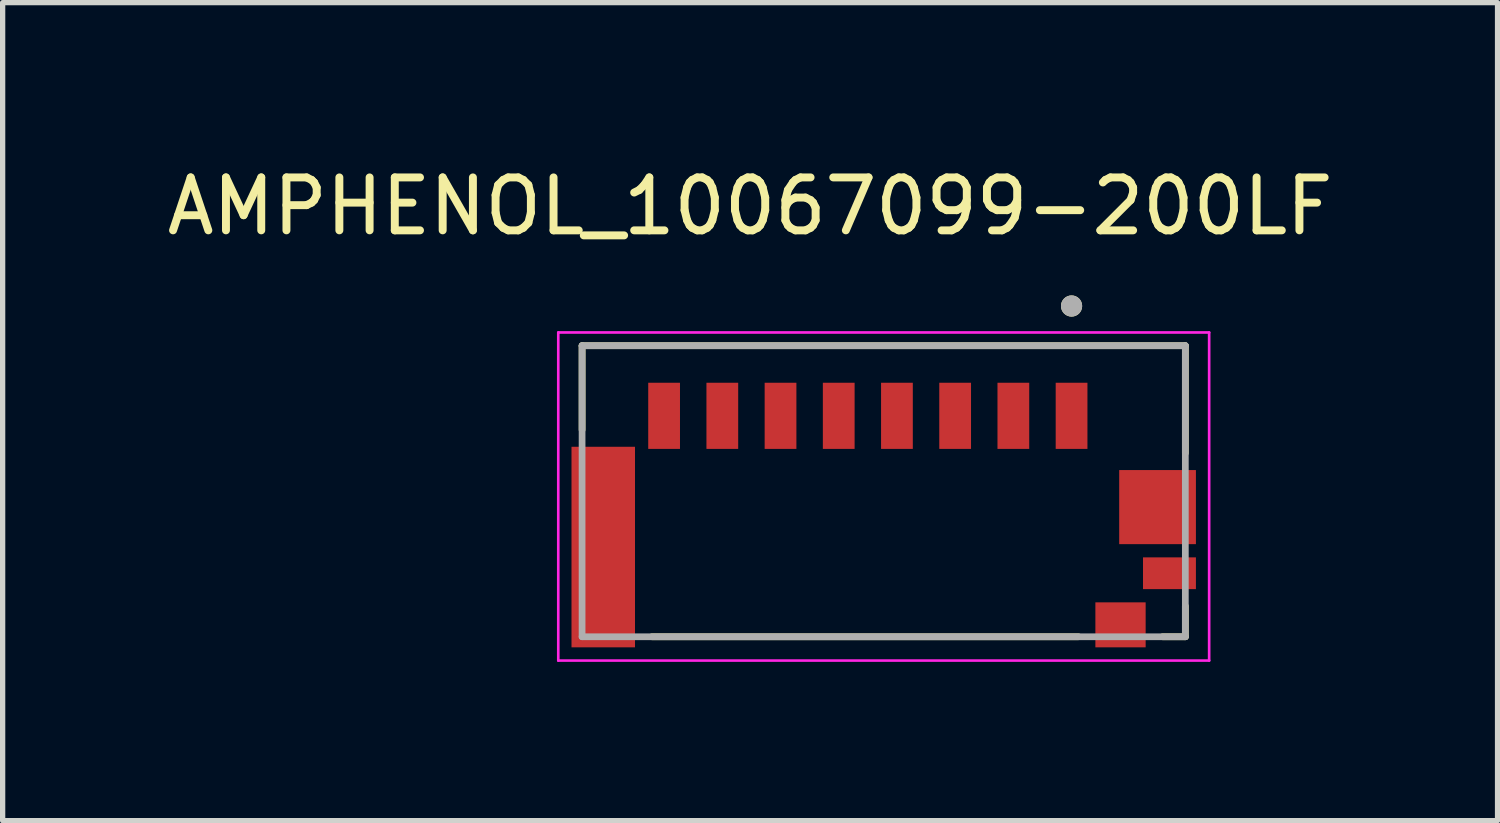
<source format=kicad_pcb>
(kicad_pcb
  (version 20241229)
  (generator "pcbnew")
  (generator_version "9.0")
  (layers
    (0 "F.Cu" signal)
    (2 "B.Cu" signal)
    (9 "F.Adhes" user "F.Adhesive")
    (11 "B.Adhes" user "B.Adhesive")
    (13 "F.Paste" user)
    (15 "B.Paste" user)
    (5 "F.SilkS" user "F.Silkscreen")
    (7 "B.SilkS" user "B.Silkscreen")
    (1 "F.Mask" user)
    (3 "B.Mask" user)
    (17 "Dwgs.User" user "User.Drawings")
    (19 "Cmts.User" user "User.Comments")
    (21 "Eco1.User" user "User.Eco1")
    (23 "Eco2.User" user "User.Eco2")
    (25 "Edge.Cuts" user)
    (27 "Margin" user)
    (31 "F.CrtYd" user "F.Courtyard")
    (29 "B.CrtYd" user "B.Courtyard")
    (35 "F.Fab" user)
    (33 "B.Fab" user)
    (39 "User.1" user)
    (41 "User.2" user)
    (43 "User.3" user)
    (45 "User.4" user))
  (footprint "AMPHENOL_10067099-200LF"
    (layer "F.Cu")
    (at 13.65 6.233)
    (property "Reference" "AMPHENOL_10067099-200LF" (at -2.525 -5.385 0) (layer "F.SilkS") (effects (font (size 1 1) (thickness 0.15))))
    (attr smd)
    (fp_line (start -5.7 -2.75) (end -5.7 -1.16) (stroke (width 0.127) (type solid)) (layer "F.SilkS"))
    (fp_line (start -5.7 -2.75) (end 5.7 -2.75) (stroke (width 0.127) (type solid)) (layer "F.SilkS"))
    (fp_line (start -4.38 2.75) (end 3.68 2.75) (stroke (width 0.127) (type solid)) (layer "F.SilkS"))
    (fp_line (start 5.27 2.75) (end 5.7 2.75) (stroke (width 0.127) (type solid)) (layer "F.SilkS"))
    (fp_line (start 5.7 -2.75) (end 5.7 -0.72) (stroke (width 0.127) (type solid)) (layer "F.SilkS"))
    (fp_line (start 5.7 2.75) (end 5.7 2.17) (stroke (width 0.127) (type solid)) (layer "F.SilkS"))
    (fp_circle (center 3.55 -3.5) (end 3.65 -3.5) (stroke (width 0.2) (type solid)) (fill no) (layer "F.SilkS"))
    (fp_line (start -6.15 -3) (end -6.15 3.2) (stroke (width 0.05) (type solid)) (layer "F.CrtYd"))
    (fp_line (start -6.15 3.2) (end 6.15 3.2) (stroke (width 0.05) (type solid)) (layer "F.CrtYd"))
    (fp_line (start 6.15 -3) (end -6.15 -3) (stroke (width 0.05) (type solid)) (layer "F.CrtYd"))
    (fp_line (start 6.15 3.2) (end 6.15 -3) (stroke (width 0.05) (type solid)) (layer "F.CrtYd"))
    (fp_line (start -5.7 -2.75) (end -5.7 2.75) (stroke (width 0.127) (type solid)) (layer "F.Fab"))
    (fp_line (start -5.7 -2.75) (end 5.7 -2.75) (stroke (width 0.127) (type solid)) (layer "F.Fab"))
    (fp_line (start -5.7 2.75) (end 5.7 2.75) (stroke (width 0.127) (type solid)) (layer "F.Fab"))
    (fp_line (start 5.7 -2.75) (end 5.7 2.75) (stroke (width 0.127) (type solid)) (layer "F.Fab"))
    (fp_circle (center 3.55 -3.5) (end 3.65 -3.5) (stroke (width 0.2) (type solid)) (fill no) (layer "F.Fab"))
    (pad "1" smd rect (at 3.55 -1.425) (size 0.6 1.25) (layers "F.Cu" "F.Mask" "F.Paste"))
    (pad "2" smd rect (at 2.45 -1.425) (size 0.6 1.25) (layers "F.Cu" "F.Mask" "F.Paste"))
    (pad "3" smd rect (at 1.35 -1.425) (size 0.6 1.25) (layers "F.Cu" "F.Mask" "F.Paste"))
    (pad "4" smd rect (at 0.25 -1.425) (size 0.6 1.25) (layers "F.Cu" "F.Mask" "F.Paste"))
    (pad "5" smd rect (at -0.85 -1.425) (size 0.6 1.25) (layers "F.Cu" "F.Mask" "F.Paste"))
    (pad "6" smd rect (at -1.95 -1.425) (size 0.6 1.25) (layers "F.Cu" "F.Mask" "F.Paste"))
    (pad "7" smd rect (at -3.05 -1.425) (size 0.6 1.25) (layers "F.Cu" "F.Mask" "F.Paste"))
    (pad "8" smd rect (at -4.15 -1.425) (size 0.6 1.25) (layers "F.Cu" "F.Mask" "F.Paste"))
    (pad "DET_1" smd rect (at 4.475 2.525) (size 0.95 0.85) (layers "F.Cu" "F.Mask" "F.Paste"))
    (pad "DET_2" smd rect (at 5.4 1.55) (size 1 0.6) (layers "F.Cu" "F.Mask" "F.Paste"))
    (pad "S1" smd rect (at -5.3 1.055) (size 1.2 3.79) (layers "F.Cu" "F.Mask" "F.Paste"))
    (pad "S2" smd rect (at 5.175 0.3) (size 1.45 1.4) (layers "F.Cu" "F.Mask" "F.Paste")))
  (gr_rect
    (start -3 -3)
    (end 25.25 12.458)
    (stroke (width 0.1) (type default))
    (fill no)
    (layer "Edge.Cuts")))
</source>
